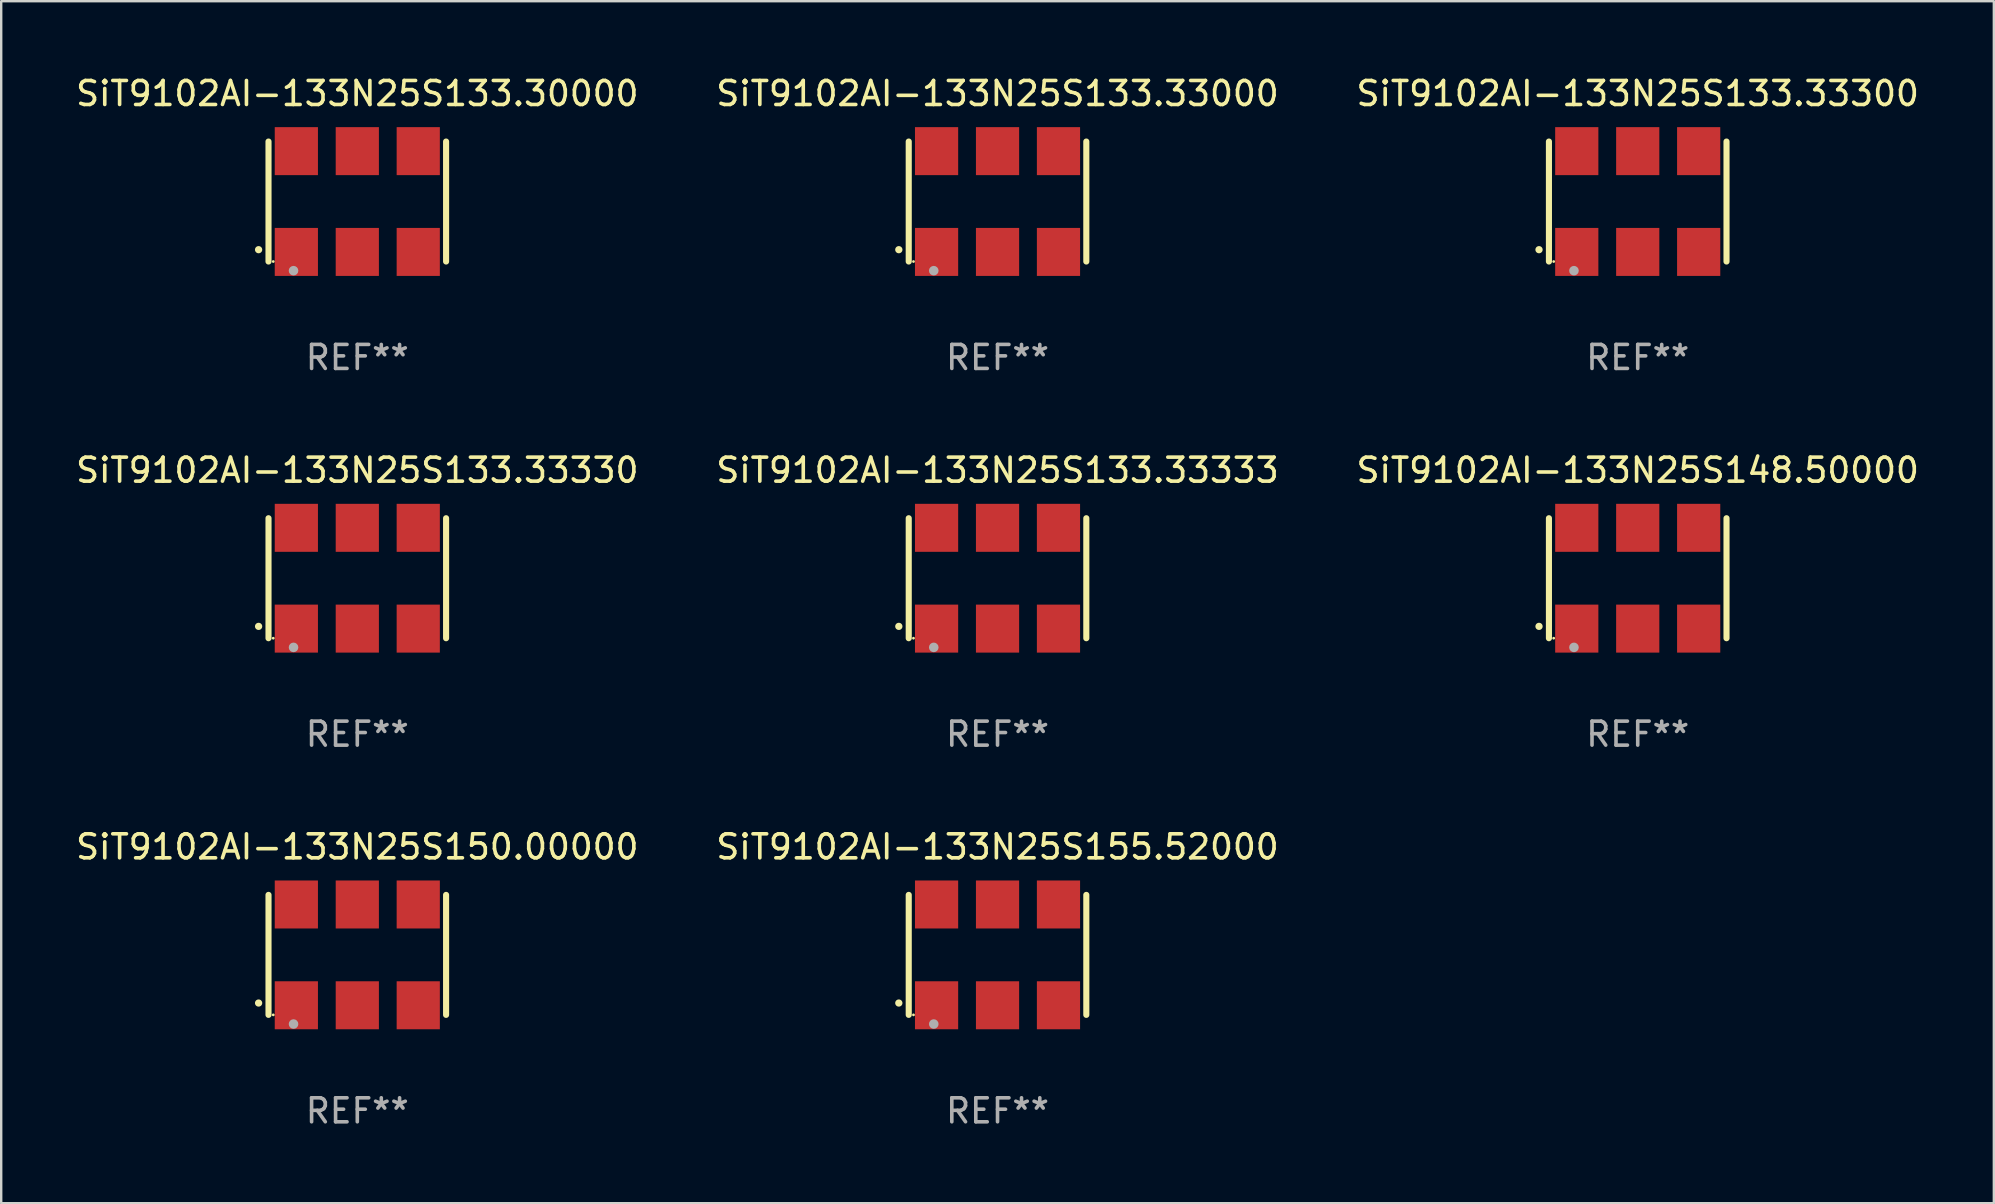
<source format=kicad_pcb>
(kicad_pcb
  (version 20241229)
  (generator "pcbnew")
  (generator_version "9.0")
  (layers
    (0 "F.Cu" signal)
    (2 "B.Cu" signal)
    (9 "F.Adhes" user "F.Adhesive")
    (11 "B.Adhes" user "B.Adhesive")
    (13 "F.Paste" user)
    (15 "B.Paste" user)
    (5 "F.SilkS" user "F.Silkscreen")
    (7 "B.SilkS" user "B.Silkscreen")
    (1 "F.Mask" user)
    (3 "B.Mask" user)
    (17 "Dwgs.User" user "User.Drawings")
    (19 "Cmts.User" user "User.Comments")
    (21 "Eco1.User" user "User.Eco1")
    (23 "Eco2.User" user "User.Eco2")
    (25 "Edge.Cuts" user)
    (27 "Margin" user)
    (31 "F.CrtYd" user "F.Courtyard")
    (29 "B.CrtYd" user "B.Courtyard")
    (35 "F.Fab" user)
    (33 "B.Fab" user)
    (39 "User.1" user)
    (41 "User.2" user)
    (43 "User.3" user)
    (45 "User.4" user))
  (footprint "SiT9102AI-133N25S133.33333"
    (layer "F.Cu")
    (at 38.518 21.045)
    (property "Reference" "SiT9102AI-133N25S133.33333" (at 0 -4.5 0) (layer "F.SilkS") (effects (font (size 1 1) (thickness 0.15))))
    (attr through_hole)
    (fp_line (start -3.7 -2.5) (end -3.7 2.5) (stroke (width 0.254) (type solid)) (layer "F.SilkS"))
    (fp_line (start 3.7 -2.5) (end 3.7 2.5) (stroke (width 0.254) (type solid)) (layer "F.SilkS"))
    (fp_arc (start -4.114415 2.006604) (mid -4.113145 2.006599) (end -4.111875 2.006604) (stroke (width 0.3) (type solid)) (layer "F.SilkS"))
    (fp_circle (center -3.502 2.5) (end -3.472 2.5) (stroke (width 0.06) (type solid)) (fill no) (layer "F.SilkS"))
    (fp_circle (center -2.657 2.882) (end -2.557 2.882) (stroke (width 0.2) (type solid)) (fill no) (layer "F.Fab"))
    (fp_text user "REF**" (at 0 6.5 0) (layer "F.Fab") (effects (font (size 1 1) (thickness 0.15))))
    (pad "1" smd rect (at -2.54 2.1) (size 1.8 2) (layers "F.Cu" "F.Mask" "F.Paste"))
    (pad "2" smd rect (at 0.000394 2.1) (size 1.8 2) (layers "F.Cu" "F.Mask" "F.Paste"))
    (pad "3" smd rect (at 2.54 2.1) (size 1.8 2) (layers "F.Cu" "F.Mask" "F.Paste"))
    (pad "4" smd rect (at 2.54 -2.1) (size 1.8 2) (layers "F.Cu" "F.Mask" "F.Paste"))
    (pad "5" smd rect (at 0.000394 -2.1) (size 1.8 2) (layers "F.Cu" "F.Mask" "F.Paste"))
    (pad "6" smd rect (at -2.54 -2.1) (size 1.8 2) (layers "F.Cu" "F.Mask" "F.Paste")))
  (footprint "SiT9102AI-133N25S133.33330"
    (layer "F.Cu")
    (at 11.839 21.045)
    (property "Reference" "SiT9102AI-133N25S133.33330" (at 0 -4.5 0) (layer "F.SilkS") (effects (font (size 1 1) (thickness 0.15))))
    (attr through_hole)
    (fp_line (start -3.7 -2.5) (end -3.7 2.5) (stroke (width 0.254) (type solid)) (layer "F.SilkS"))
    (fp_line (start 3.7 -2.5) (end 3.7 2.5) (stroke (width 0.254) (type solid)) (layer "F.SilkS"))
    (fp_arc (start -4.114415 2.006604) (mid -4.113145 2.006599) (end -4.111875 2.006604) (stroke (width 0.3) (type solid)) (layer "F.SilkS"))
    (fp_circle (center -3.502 2.5) (end -3.472 2.5) (stroke (width 0.06) (type solid)) (fill no) (layer "F.SilkS"))
    (fp_circle (center -2.657 2.882) (end -2.557 2.882) (stroke (width 0.2) (type solid)) (fill no) (layer "F.Fab"))
    (fp_text user "REF**" (at 0 6.5 0) (layer "F.Fab") (effects (font (size 1 1) (thickness 0.15))))
    (pad "1" smd rect (at -2.54 2.1) (size 1.8 2) (layers "F.Cu" "F.Mask" "F.Paste"))
    (pad "2" smd rect (at 0.000394 2.1) (size 1.8 2) (layers "F.Cu" "F.Mask" "F.Paste"))
    (pad "3" smd rect (at 2.54 2.1) (size 1.8 2) (layers "F.Cu" "F.Mask" "F.Paste"))
    (pad "4" smd rect (at 2.54 -2.1) (size 1.8 2) (layers "F.Cu" "F.Mask" "F.Paste"))
    (pad "5" smd rect (at 0.000394 -2.1) (size 1.8 2) (layers "F.Cu" "F.Mask" "F.Paste"))
    (pad "6" smd rect (at -2.54 -2.1) (size 1.8 2) (layers "F.Cu" "F.Mask" "F.Paste")))
  (footprint "SiT9102AI-133N25S133.33300"
    (layer "F.Cu")
    (at 65.196 5.348)
    (property "Reference" "SiT9102AI-133N25S133.33300" (at 0 -4.5 0) (layer "F.SilkS") (effects (font (size 1 1) (thickness 0.15))))
    (attr through_hole)
    (fp_line (start -3.7 -2.5) (end -3.7 2.5) (stroke (width 0.254) (type solid)) (layer "F.SilkS"))
    (fp_line (start 3.7 -2.5) (end 3.7 2.5) (stroke (width 0.254) (type solid)) (layer "F.SilkS"))
    (fp_arc (start -4.114415 2.006604) (mid -4.113145 2.006599) (end -4.111875 2.006604) (stroke (width 0.3) (type solid)) (layer "F.SilkS"))
    (fp_circle (center -3.502 2.5) (end -3.472 2.5) (stroke (width 0.06) (type solid)) (fill no) (layer "F.SilkS"))
    (fp_circle (center -2.657 2.882) (end -2.557 2.882) (stroke (width 0.2) (type solid)) (fill no) (layer "F.Fab"))
    (fp_text user "REF**" (at 0 6.5 0) (layer "F.Fab") (effects (font (size 1 1) (thickness 0.15))))
    (pad "1" smd rect (at -2.54 2.1) (size 1.8 2) (layers "F.Cu" "F.Mask" "F.Paste"))
    (pad "2" smd rect (at 0.000394 2.1) (size 1.8 2) (layers "F.Cu" "F.Mask" "F.Paste"))
    (pad "3" smd rect (at 2.54 2.1) (size 1.8 2) (layers "F.Cu" "F.Mask" "F.Paste"))
    (pad "4" smd rect (at 2.54 -2.1) (size 1.8 2) (layers "F.Cu" "F.Mask" "F.Paste"))
    (pad "5" smd rect (at 0.000394 -2.1) (size 1.8 2) (layers "F.Cu" "F.Mask" "F.Paste"))
    (pad "6" smd rect (at -2.54 -2.1) (size 1.8 2) (layers "F.Cu" "F.Mask" "F.Paste")))
  (footprint "SiT9102AI-133N25S133.30000"
    (layer "F.Cu")
    (at 11.839 5.348)
    (property "Reference" "SiT9102AI-133N25S133.30000" (at 0 -4.5 0) (layer "F.SilkS") (effects (font (size 1 1) (thickness 0.15))))
    (attr through_hole)
    (fp_line (start -3.7 -2.5) (end -3.7 2.5) (stroke (width 0.254) (type solid)) (layer "F.SilkS"))
    (fp_line (start 3.7 -2.5) (end 3.7 2.5) (stroke (width 0.254) (type solid)) (layer "F.SilkS"))
    (fp_arc (start -4.114415 2.006604) (mid -4.113145 2.006599) (end -4.111875 2.006604) (stroke (width 0.3) (type solid)) (layer "F.SilkS"))
    (fp_circle (center -3.502 2.5) (end -3.472 2.5) (stroke (width 0.06) (type solid)) (fill no) (layer "F.SilkS"))
    (fp_circle (center -2.657 2.882) (end -2.557 2.882) (stroke (width 0.2) (type solid)) (fill no) (layer "F.Fab"))
    (fp_text user "REF**" (at 0 6.5 0) (layer "F.Fab") (effects (font (size 1 1) (thickness 0.15))))
    (pad "1" smd rect (at -2.54 2.1) (size 1.8 2) (layers "F.Cu" "F.Mask" "F.Paste"))
    (pad "2" smd rect (at 0.000394 2.1) (size 1.8 2) (layers "F.Cu" "F.Mask" "F.Paste"))
    (pad "3" smd rect (at 2.54 2.1) (size 1.8 2) (layers "F.Cu" "F.Mask" "F.Paste"))
    (pad "4" smd rect (at 2.54 -2.1) (size 1.8 2) (layers "F.Cu" "F.Mask" "F.Paste"))
    (pad "5" smd rect (at 0.000394 -2.1) (size 1.8 2) (layers "F.Cu" "F.Mask" "F.Paste"))
    (pad "6" smd rect (at -2.54 -2.1) (size 1.8 2) (layers "F.Cu" "F.Mask" "F.Paste")))
  (footprint "SiT9102AI-133N25S133.33000"
    (layer "F.Cu")
    (at 38.518 5.348)
    (property "Reference" "SiT9102AI-133N25S133.33000" (at 0 -4.5 0) (layer "F.SilkS") (effects (font (size 1 1) (thickness 0.15))))
    (attr through_hole)
    (fp_line (start -3.7 -2.5) (end -3.7 2.5) (stroke (width 0.254) (type solid)) (layer "F.SilkS"))
    (fp_line (start 3.7 -2.5) (end 3.7 2.5) (stroke (width 0.254) (type solid)) (layer "F.SilkS"))
    (fp_arc (start -4.114415 2.006604) (mid -4.113145 2.006599) (end -4.111875 2.006604) (stroke (width 0.3) (type solid)) (layer "F.SilkS"))
    (fp_circle (center -3.502 2.5) (end -3.472 2.5) (stroke (width 0.06) (type solid)) (fill no) (layer "F.SilkS"))
    (fp_circle (center -2.657 2.882) (end -2.557 2.882) (stroke (width 0.2) (type solid)) (fill no) (layer "F.Fab"))
    (fp_text user "REF**" (at 0 6.5 0) (layer "F.Fab") (effects (font (size 1 1) (thickness 0.15))))
    (pad "1" smd rect (at -2.54 2.1) (size 1.8 2) (layers "F.Cu" "F.Mask" "F.Paste"))
    (pad "2" smd rect (at 0.000394 2.1) (size 1.8 2) (layers "F.Cu" "F.Mask" "F.Paste"))
    (pad "3" smd rect (at 2.54 2.1) (size 1.8 2) (layers "F.Cu" "F.Mask" "F.Paste"))
    (pad "4" smd rect (at 2.54 -2.1) (size 1.8 2) (layers "F.Cu" "F.Mask" "F.Paste"))
    (pad "5" smd rect (at 0.000394 -2.1) (size 1.8 2) (layers "F.Cu" "F.Mask" "F.Paste"))
    (pad "6" smd rect (at -2.54 -2.1) (size 1.8 2) (layers "F.Cu" "F.Mask" "F.Paste")))
  (footprint "SiT9102AI-133N25S155.52000"
    (layer "F.Cu")
    (at 38.518 36.741)
    (property "Reference" "SiT9102AI-133N25S155.52000" (at 0 -4.5 0) (layer "F.SilkS") (effects (font (size 1 1) (thickness 0.15))))
    (attr through_hole)
    (fp_line (start -3.7 -2.5) (end -3.7 2.5) (stroke (width 0.254) (type solid)) (layer "F.SilkS"))
    (fp_line (start 3.7 -2.5) (end 3.7 2.5) (stroke (width 0.254) (type solid)) (layer "F.SilkS"))
    (fp_arc (start -4.114415 2.006604) (mid -4.113145 2.006599) (end -4.111875 2.006604) (stroke (width 0.3) (type solid)) (layer "F.SilkS"))
    (fp_circle (center -3.502 2.5) (end -3.472 2.5) (stroke (width 0.06) (type solid)) (fill no) (layer "F.SilkS"))
    (fp_circle (center -2.657 2.882) (end -2.557 2.882) (stroke (width 0.2) (type solid)) (fill no) (layer "F.Fab"))
    (fp_text user "REF**" (at 0 6.5 0) (layer "F.Fab") (effects (font (size 1 1) (thickness 0.15))))
    (pad "1" smd rect (at -2.54 2.1) (size 1.8 2) (layers "F.Cu" "F.Mask" "F.Paste"))
    (pad "2" smd rect (at 0.000394 2.1) (size 1.8 2) (layers "F.Cu" "F.Mask" "F.Paste"))
    (pad "3" smd rect (at 2.54 2.1) (size 1.8 2) (layers "F.Cu" "F.Mask" "F.Paste"))
    (pad "4" smd rect (at 2.54 -2.1) (size 1.8 2) (layers "F.Cu" "F.Mask" "F.Paste"))
    (pad "5" smd rect (at 0.000394 -2.1) (size 1.8 2) (layers "F.Cu" "F.Mask" "F.Paste"))
    (pad "6" smd rect (at -2.54 -2.1) (size 1.8 2) (layers "F.Cu" "F.Mask" "F.Paste")))
  (footprint "SiT9102AI-133N25S148.50000"
    (layer "F.Cu")
    (at 65.196 21.045)
    (property "Reference" "SiT9102AI-133N25S148.50000" (at 0 -4.5 0) (layer "F.SilkS") (effects (font (size 1 1) (thickness 0.15))))
    (attr through_hole)
    (fp_line (start -3.7 -2.5) (end -3.7 2.5) (stroke (width 0.254) (type solid)) (layer "F.SilkS"))
    (fp_line (start 3.7 -2.5) (end 3.7 2.5) (stroke (width 0.254) (type solid)) (layer "F.SilkS"))
    (fp_arc (start -4.114415 2.006604) (mid -4.113145 2.006599) (end -4.111875 2.006604) (stroke (width 0.3) (type solid)) (layer "F.SilkS"))
    (fp_circle (center -3.502 2.5) (end -3.472 2.5) (stroke (width 0.06) (type solid)) (fill no) (layer "F.SilkS"))
    (fp_circle (center -2.657 2.882) (end -2.557 2.882) (stroke (width 0.2) (type solid)) (fill no) (layer "F.Fab"))
    (fp_text user "REF**" (at 0 6.5 0) (layer "F.Fab") (effects (font (size 1 1) (thickness 0.15))))
    (pad "1" smd rect (at -2.54 2.1) (size 1.8 2) (layers "F.Cu" "F.Mask" "F.Paste"))
    (pad "2" smd rect (at 0.000394 2.1) (size 1.8 2) (layers "F.Cu" "F.Mask" "F.Paste"))
    (pad "3" smd rect (at 2.54 2.1) (size 1.8 2) (layers "F.Cu" "F.Mask" "F.Paste"))
    (pad "4" smd rect (at 2.54 -2.1) (size 1.8 2) (layers "F.Cu" "F.Mask" "F.Paste"))
    (pad "5" smd rect (at 0.000394 -2.1) (size 1.8 2) (layers "F.Cu" "F.Mask" "F.Paste"))
    (pad "6" smd rect (at -2.54 -2.1) (size 1.8 2) (layers "F.Cu" "F.Mask" "F.Paste")))
  (footprint "SiT9102AI-133N25S150.00000"
    (layer "F.Cu")
    (at 11.839 36.741)
    (property "Reference" "SiT9102AI-133N25S150.00000" (at 0 -4.5 0) (layer "F.SilkS") (effects (font (size 1 1) (thickness 0.15))))
    (attr through_hole)
    (fp_line (start -3.7 -2.5) (end -3.7 2.5) (stroke (width 0.254) (type solid)) (layer "F.SilkS"))
    (fp_line (start 3.7 -2.5) (end 3.7 2.5) (stroke (width 0.254) (type solid)) (layer "F.SilkS"))
    (fp_arc (start -4.114415 2.006604) (mid -4.113145 2.006599) (end -4.111875 2.006604) (stroke (width 0.3) (type solid)) (layer "F.SilkS"))
    (fp_circle (center -3.502 2.5) (end -3.472 2.5) (stroke (width 0.06) (type solid)) (fill no) (layer "F.SilkS"))
    (fp_circle (center -2.657 2.882) (end -2.557 2.882) (stroke (width 0.2) (type solid)) (fill no) (layer "F.Fab"))
    (fp_text user "REF**" (at 0 6.5 0) (layer "F.Fab") (effects (font (size 1 1) (thickness 0.15))))
    (pad "1" smd rect (at -2.54 2.1) (size 1.8 2) (layers "F.Cu" "F.Mask" "F.Paste"))
    (pad "2" smd rect (at 0.000394 2.1) (size 1.8 2) (layers "F.Cu" "F.Mask" "F.Paste"))
    (pad "3" smd rect (at 2.54 2.1) (size 1.8 2) (layers "F.Cu" "F.Mask" "F.Paste"))
    (pad "4" smd rect (at 2.54 -2.1) (size 1.8 2) (layers "F.Cu" "F.Mask" "F.Paste"))
    (pad "5" smd rect (at 0.000394 -2.1) (size 1.8 2) (layers "F.Cu" "F.Mask" "F.Paste"))
    (pad "6" smd rect (at -2.54 -2.1) (size 1.8 2) (layers "F.Cu" "F.Mask" "F.Paste")))
  (gr_rect
    (start -3 -3)
    (end 80.036 47.09)
    (stroke (width 0.1) (type default))
    (fill no)
    (layer "Edge.Cuts")))
</source>
